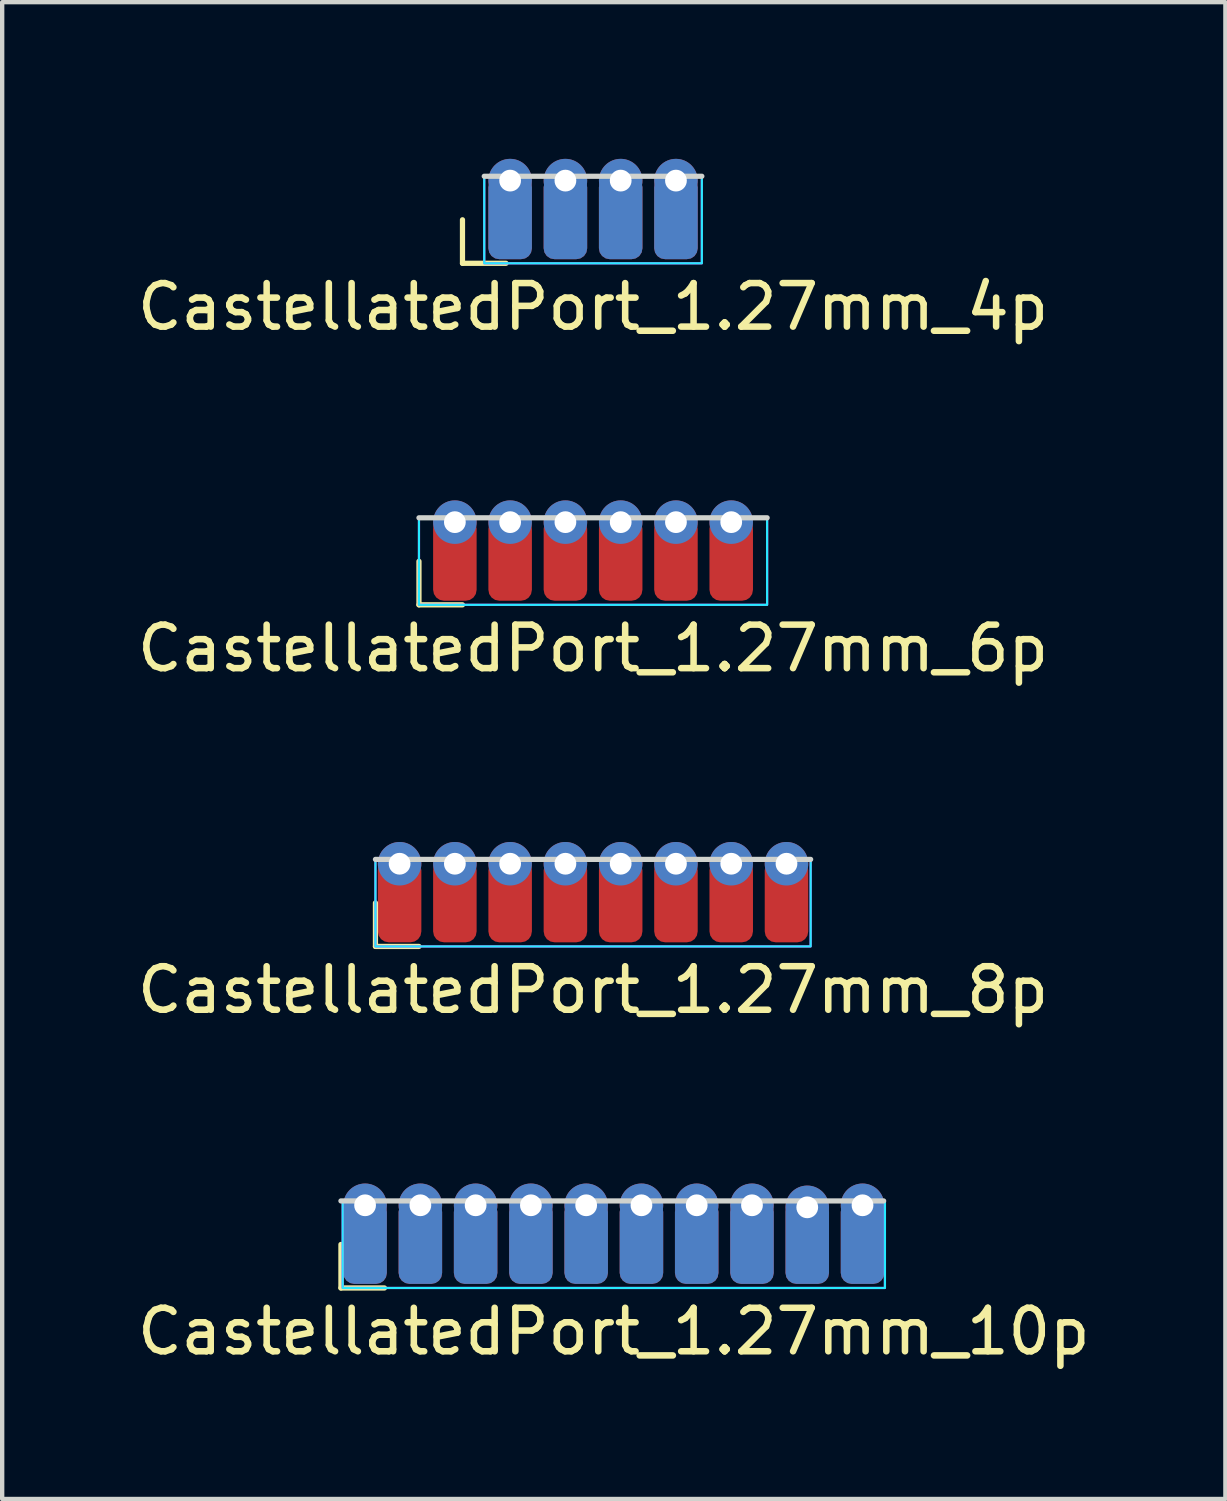
<source format=kicad_pcb>
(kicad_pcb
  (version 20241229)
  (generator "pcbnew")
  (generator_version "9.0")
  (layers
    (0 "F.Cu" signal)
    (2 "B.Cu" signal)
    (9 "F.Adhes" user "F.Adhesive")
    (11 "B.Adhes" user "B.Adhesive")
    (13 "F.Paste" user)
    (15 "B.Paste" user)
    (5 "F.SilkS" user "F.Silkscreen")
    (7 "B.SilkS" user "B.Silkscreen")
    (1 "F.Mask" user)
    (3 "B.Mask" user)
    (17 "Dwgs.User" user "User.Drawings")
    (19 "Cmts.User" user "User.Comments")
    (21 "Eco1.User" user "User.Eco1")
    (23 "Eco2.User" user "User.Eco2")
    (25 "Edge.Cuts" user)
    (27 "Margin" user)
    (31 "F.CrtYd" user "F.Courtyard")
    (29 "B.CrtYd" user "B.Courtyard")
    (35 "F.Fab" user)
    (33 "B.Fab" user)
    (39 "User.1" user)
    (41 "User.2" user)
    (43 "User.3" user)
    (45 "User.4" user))
  (footprint "CastellatedPort_1.27mm_4p"
    (layer "F.Cu")
    (at 10.577 1)
    (property "Reference" "CastellatedPort_1.27mm_4p" (at 0 3 0) (unlocked yes) (layer "F.SilkS") (effects (font (size 1 1) (thickness 0.15))))
    (attr through_hole)
    (fp_line (start -3 2) (end -3 1) (stroke (width 0.12) (type solid)) (layer "F.SilkS"))
    (fp_line (start -2 2) (end -3 2) (stroke (width 0.12) (type solid)) (layer "F.SilkS"))
    (fp_line (start 2.5 0) (end -2.5 0) (stroke (width 0.12) (type solid)) (layer "Edge.Cuts"))
    (fp_rect (start 2.5 0) (end -2.5 2) (stroke (width 0.05) (type solid)) (fill no) (layer "B.CrtYd"))
    (fp_rect (start 2.5 0) (end -2.5 2) (stroke (width 0.05) (type solid)) (fill no) (layer "F.CrtYd"))
    (pad "1" thru_hole circle (at -1.905 0.1) (size 1 1) (drill 0.5) (layers "*.Cu" "*.Mask"))
    (pad "1" smd roundrect (at -1.905 0.953) (size 1 1.905) (layers "F.Cu" "F.Mask" "F.Paste") (roundrect_rratio 0.25))
    (pad "1" smd roundrect (at -1.905 0.953) (size 1 1.905) (layers "B.Cu" "B.Mask" "B.Paste") (roundrect_rratio 0.25))
    (pad "2" thru_hole circle (at -0.635 0.1) (size 1 1) (drill 0.5) (layers "*.Cu" "*.Mask"))
    (pad "2" smd roundrect (at -0.635 0.953) (size 1 1.905) (layers "F.Cu" "F.Mask" "F.Paste") (roundrect_rratio 0.25))
    (pad "2" smd roundrect (at -0.635 0.953) (size 1 1.905) (layers "B.Cu" "B.Mask" "B.Paste") (roundrect_rratio 0.25))
    (pad "3" thru_hole circle (at 0.635 0.1) (size 1 1) (drill 0.5) (layers "*.Cu" "*.Mask"))
    (pad "3" smd roundrect (at 0.635 0.953) (size 1 1.905) (layers "F.Cu" "F.Mask" "F.Paste") (roundrect_rratio 0.25))
    (pad "3" smd roundrect (at 0.635 0.953) (size 1 1.905) (layers "B.Cu" "B.Mask" "B.Paste") (roundrect_rratio 0.25))
    (pad "4" thru_hole circle (at 1.905 0.1) (size 1 1) (drill 0.5) (layers "*.Cu" "*.Mask"))
    (pad "4" smd roundrect (at 1.905 0.953) (size 1 1.905) (layers "F.Cu" "F.Mask" "F.Paste") (roundrect_rratio 0.25))
    (pad "4" smd roundrect (at 1.905 0.953) (size 1 1.905) (layers "B.Cu" "B.Mask" "B.Paste") (roundrect_rratio 0.25))
    (zone (net_name "") (layer "F.SilkS") (name "Cut") (hatch edge 0.508) (connect_pads) (min_thickness 0.254) (filled_areas_thickness no) (keepout (tracks not_allowed) (vias not_allowed) (pads not_allowed) (copperpour not_allowed) (footprints not_allowed)) (placement (enabled no)) (fill) (polygon (pts (xy 13.077 1) (xy 8.077 1) (xy 8.077 0) (xy 13.077 0)))))
  (footprint "CastellatedPort_1.27mm_10p"
    (layer "F.Cu")
    (at 11.054 24.545)
    (property "Reference" "CastellatedPort_1.27mm_10p" (at 0 3 0) (unlocked yes) (layer "F.SilkS") (effects (font (size 1 1) (thickness 0.15))))
    (attr through_hole)
    (fp_line (start -6.27 2) (end -6.27 1) (stroke (width 0.12) (type solid)) (layer "F.SilkS"))
    (fp_line (start -5.27 2) (end -6.27 2) (stroke (width 0.12) (type solid)) (layer "F.SilkS"))
    (fp_line (start 6.2 0) (end -6.27 0) (stroke (width 0.12) (type solid)) (layer "Edge.Cuts"))
    (fp_rect (start 6.23 0) (end -6.23 2) (stroke (width 0.05) (type solid)) (fill no) (layer "B.CrtYd"))
    (fp_rect (start 6.23 0) (end -6.23 2) (stroke (width 0.05) (type solid)) (fill no) (layer "F.CrtYd"))
    (pad "1" thru_hole circle (at -5.715 0.1) (size 1 1) (drill 0.5) (layers "*.Cu" "*.Mask"))
    (pad "1" smd roundrect (at -5.715 0.953) (size 1 1.905) (layers "F.Cu" "F.Mask" "F.Paste") (roundrect_rratio 0.25))
    (pad "1" smd roundrect (at -5.715 0.953) (size 1 1.905) (layers "B.Cu" "B.Mask" "B.Paste") (roundrect_rratio 0.25))
    (pad "2" thru_hole circle (at -4.445 0.1) (size 1 1) (drill 0.5) (layers "*.Cu" "*.Mask"))
    (pad "2" smd roundrect (at -4.445 0.953) (size 1 1.905) (layers "F.Cu" "F.Mask" "F.Paste") (roundrect_rratio 0.25))
    (pad "2" smd roundrect (at -4.445 0.953) (size 1 1.905) (layers "B.Cu" "B.Mask" "B.Paste") (roundrect_rratio 0.25))
    (pad "3" thru_hole circle (at -3.175 0.1) (size 1 1) (drill 0.5) (layers "*.Cu" "*.Mask"))
    (pad "3" smd roundrect (at -3.175 0.953) (size 1 1.905) (layers "F.Cu" "F.Mask" "F.Paste") (roundrect_rratio 0.25))
    (pad "3" smd roundrect (at -3.175 0.953) (size 1 1.905) (layers "B.Cu" "B.Mask" "B.Paste") (roundrect_rratio 0.25))
    (pad "4" thru_hole circle (at -1.905 0.1) (size 1 1) (drill 0.5) (layers "*.Cu" "*.Mask"))
    (pad "4" smd roundrect (at -1.905 0.953) (size 1 1.905) (layers "F.Cu" "F.Mask" "F.Paste") (roundrect_rratio 0.25))
    (pad "4" smd roundrect (at -1.905 0.953) (size 1 1.905) (layers "B.Cu" "B.Mask" "B.Paste") (roundrect_rratio 0.25))
    (pad "5" thru_hole circle (at -0.635 0.1) (size 1 1) (drill 0.5) (layers "*.Cu" "*.Mask"))
    (pad "5" smd roundrect (at -0.635 0.953) (size 1 1.905) (layers "F.Cu" "F.Mask" "F.Paste") (roundrect_rratio 0.25))
    (pad "5" smd roundrect (at -0.635 0.953) (size 1 1.905) (layers "B.Cu" "B.Mask" "B.Paste") (roundrect_rratio 0.25))
    (pad "6" thru_hole circle (at 0.635 0.1) (size 1 1) (drill 0.5) (layers "*.Cu" "*.Mask"))
    (pad "6" smd roundrect (at 0.635 0.953) (size 1 1.905) (layers "F.Cu" "F.Mask" "F.Paste") (roundrect_rratio 0.25))
    (pad "6" smd roundrect (at 0.635 0.953) (size 1 1.905) (layers "B.Cu" "B.Mask" "B.Paste") (roundrect_rratio 0.25))
    (pad "7" thru_hole circle (at 1.905 0.1) (size 1 1) (drill 0.5) (layers "*.Cu" "*.Mask"))
    (pad "7" smd roundrect (at 1.905 0.953) (size 1 1.905) (layers "F.Cu" "F.Mask" "F.Paste") (roundrect_rratio 0.25))
    (pad "7" smd roundrect (at 1.905 0.953) (size 1 1.905) (layers "B.Cu" "B.Mask" "B.Paste") (roundrect_rratio 0.25))
    (pad "8" thru_hole circle (at 3.175 0.1) (size 1 1) (drill 0.5) (layers "*.Cu" "*.Mask"))
    (pad "8" smd roundrect (at 3.175 0.953) (size 1 1.905) (layers "F.Cu" "F.Mask" "F.Paste") (roundrect_rratio 0.25))
    (pad "8" smd roundrect (at 3.175 0.953) (size 1 1.905) (layers "B.Cu" "B.Mask" "B.Paste") (roundrect_rratio 0.25))
    (pad "9" thru_hole circle (at 4.445 0.147) (size 1 1) (drill 0.5) (layers "*.Cu" "*.Mask"))
    (pad "9" smd roundrect (at 4.445 0.953) (size 1 1.905) (layers "F.Cu" "F.Mask" "F.Paste") (roundrect_rratio 0.25))
    (pad "9" smd roundrect (at 4.445 0.953) (size 1 1.905) (layers "F.Mask" "B.Cu" "F.Paste") (roundrect_rratio 0.25))
    (pad "10" thru_hole circle (at 5.715 0.1) (size 1 1) (drill 0.5) (layers "*.Cu" "*.Mask"))
    (pad "10" smd roundrect (at 5.715 0.953) (size 1 1.905) (layers "F.Cu" "F.Mask" "F.Paste") (roundrect_rratio 0.25))
    (pad "10" smd roundrect (at 5.715 0.953) (size 1 1.905) (layers "F.Mask" "B.Cu" "F.Paste") (roundrect_rratio 0.25))
    (zone (net_name "") (layer "F.SilkS") (name "Cut") (hatch edge 0.508) (connect_pads) (min_thickness 0.254) (filled_areas_thickness no) (keepout (tracks not_allowed) (vias not_allowed) (pads not_allowed) (copperpour not_allowed) (footprints not_allowed)) (placement (enabled no)) (fill) (polygon (pts (xy 17.314 24.545) (xy 4.814 24.545) (xy 4.814 23.545) (xy 17.314 23.545)))))
  (footprint "CastellatedPort_1.27mm_6p"
    (layer "F.Cu")
    (at 10.577 8.848)
    (property "Reference" "CastellatedPort_1.27mm_6p" (at 0 3 0) (unlocked yes) (layer "F.SilkS") (effects (font (size 1 1) (thickness 0.15))))
    (attr through_hole)
    (fp_line (start -4 2) (end -4 1) (stroke (width 0.12) (type solid)) (layer "F.SilkS"))
    (fp_line (start -3 2) (end -4 2) (stroke (width 0.12) (type solid)) (layer "F.SilkS"))
    (fp_line (start 4 0) (end -4 0) (stroke (width 0.12) (type solid)) (layer "Edge.Cuts"))
    (fp_rect (start 4 0) (end -4 2) (stroke (width 0.05) (type solid)) (fill no) (layer "B.CrtYd"))
    (fp_rect (start 4 0) (end -4 2) (stroke (width 0.05) (type solid)) (fill no) (layer "F.CrtYd"))
    (pad "1" thru_hole circle (at -3.175 0.1) (size 1 1) (drill 0.5) (layers "*.Cu" "*.Mask"))
    (pad "1" smd roundrect (at -3.175 0.953) (size 1 1.905) (layers "F.Cu" "F.Mask" "F.Paste") (roundrect_rratio 0.25))
    (pad "2" thru_hole circle (at -1.905 0.1) (size 1 1) (drill 0.5) (layers "*.Cu" "*.Mask"))
    (pad "2" smd roundrect (at -1.905 0.953) (size 1 1.905) (layers "F.Cu" "F.Mask" "F.Paste") (roundrect_rratio 0.25))
    (pad "3" thru_hole circle (at -0.635 0.1) (size 1 1) (drill 0.5) (layers "*.Cu" "*.Mask"))
    (pad "3" smd roundrect (at -0.635 0.953) (size 1 1.905) (layers "F.Cu" "F.Mask" "F.Paste") (roundrect_rratio 0.25))
    (pad "4" thru_hole circle (at 0.635 0.1) (size 1 1) (drill 0.5) (layers "*.Cu" "*.Mask"))
    (pad "4" smd roundrect (at 0.635 0.953) (size 1 1.905) (layers "F.Cu" "F.Mask" "F.Paste") (roundrect_rratio 0.25))
    (pad "5" thru_hole circle (at 1.905 0.1) (size 1 1) (drill 0.5) (layers "*.Cu" "*.Mask"))
    (pad "5" smd roundrect (at 1.905 0.953) (size 1 1.905) (layers "F.Cu" "F.Mask" "F.Paste") (roundrect_rratio 0.25))
    (pad "6" thru_hole circle (at 3.175 0.1) (size 1 1) (drill 0.5) (layers "*.Cu" "*.Mask"))
    (pad "6" smd roundrect (at 3.175 0.953) (size 1 1.905) (layers "F.Cu" "F.Mask" "F.Paste") (roundrect_rratio 0.25))
    (zone (net_name "") (layer "F.SilkS") (name "Cut") (hatch edge 0.508) (connect_pads) (min_thickness 0.254) (filled_areas_thickness no) (keepout (tracks not_allowed) (vias not_allowed) (pads not_allowed) (copperpour not_allowed) (footprints not_allowed)) (placement (enabled no)) (fill) (polygon (pts (xy 14.607 8.848) (xy 6.507 8.848) (xy 6.507 7.848) (xy 14.607 7.848)))))
  (footprint "CastellatedPort_1.27mm_8p"
    (layer "F.Cu")
    (at 10.577 16.697)
    (property "Reference" "CastellatedPort_1.27mm_8p" (at 0 3 0) (unlocked yes) (layer "F.SilkS") (effects (font (size 1 1) (thickness 0.15))))
    (attr through_hole)
    (fp_line (start -5 2) (end -5 1) (stroke (width 0.12) (type solid)) (layer "F.SilkS"))
    (fp_line (start -4 2) (end -5 2) (stroke (width 0.12) (type solid)) (layer "F.SilkS"))
    (fp_line (start 5 0) (end -5 0) (stroke (width 0.12) (type solid)) (layer "Edge.Cuts"))
    (fp_rect (start 5 0) (end -5 2) (stroke (width 0.05) (type solid)) (fill no) (layer "B.CrtYd"))
    (fp_rect (start 5 0) (end -5 2) (stroke (width 0.05) (type solid)) (fill no) (layer "F.CrtYd"))
    (pad "1" thru_hole circle (at -4.445 0.1) (size 1 1) (drill 0.5) (layers "*.Cu" "*.Mask"))
    (pad "1" smd roundrect (at -4.445 0.953) (size 1 1.905) (layers "F.Cu" "F.Mask" "F.Paste") (roundrect_rratio 0.25))
    (pad "2" thru_hole circle (at -3.175 0.1) (size 1 1) (drill 0.5) (layers "*.Cu" "*.Mask"))
    (pad "2" smd roundrect (at -3.175 0.953) (size 1 1.905) (layers "F.Cu" "F.Mask" "F.Paste") (roundrect_rratio 0.25))
    (pad "3" thru_hole circle (at -1.905 0.1) (size 1 1) (drill 0.5) (layers "*.Cu" "*.Mask"))
    (pad "3" smd roundrect (at -1.905 0.953) (size 1 1.905) (layers "F.Cu" "F.Mask" "F.Paste") (roundrect_rratio 0.25))
    (pad "4" thru_hole circle (at -0.635 0.1) (size 1 1) (drill 0.5) (layers "*.Cu" "*.Mask"))
    (pad "4" smd roundrect (at -0.635 0.953) (size 1 1.905) (layers "F.Cu" "F.Mask" "F.Paste") (roundrect_rratio 0.25))
    (pad "5" thru_hole circle (at 0.635 0.1) (size 1 1) (drill 0.5) (layers "*.Cu" "*.Mask"))
    (pad "5" smd roundrect (at 0.635 0.953) (size 1 1.905) (layers "F.Cu" "F.Mask" "F.Paste") (roundrect_rratio 0.25))
    (pad "6" thru_hole circle (at 1.905 0.1) (size 1 1) (drill 0.5) (layers "*.Cu" "*.Mask"))
    (pad "6" smd roundrect (at 1.905 0.953) (size 1 1.905) (layers "F.Cu" "F.Mask" "F.Paste") (roundrect_rratio 0.25))
    (pad "7" thru_hole circle (at 3.175 0.1) (size 1 1) (drill 0.5) (layers "*.Cu" "*.Mask"))
    (pad "7" smd roundrect (at 3.175 0.953) (size 1 1.905) (layers "F.Cu" "F.Mask" "F.Paste") (roundrect_rratio 0.25))
    (pad "8" thru_hole circle (at 4.445 0.1) (size 1 1) (drill 0.5) (layers "*.Cu" "*.Mask"))
    (pad "8" smd roundrect (at 4.445 0.953) (size 1 1.905) (layers "F.Cu" "F.Mask" "F.Paste") (roundrect_rratio 0.25))
    (zone (net_name "") (layer "F.SilkS") (name "Cut") (hatch edge 0.508) (connect_pads) (min_thickness 0.254) (filled_areas_thickness no) (keepout (tracks not_allowed) (vias not_allowed) (pads not_allowed) (copperpour not_allowed) (footprints not_allowed)) (placement (enabled no)) (fill) (polygon (pts (xy 15.607 16.697) (xy 5.607 16.697) (xy 5.607 15.697) (xy 15.607 15.697)))))
  (gr_rect
    (start -3 -3)
    (end 25.107 31.393)
    (stroke (width 0.1) (type default))
    (fill no)
    (layer "Edge.Cuts")))
</source>
